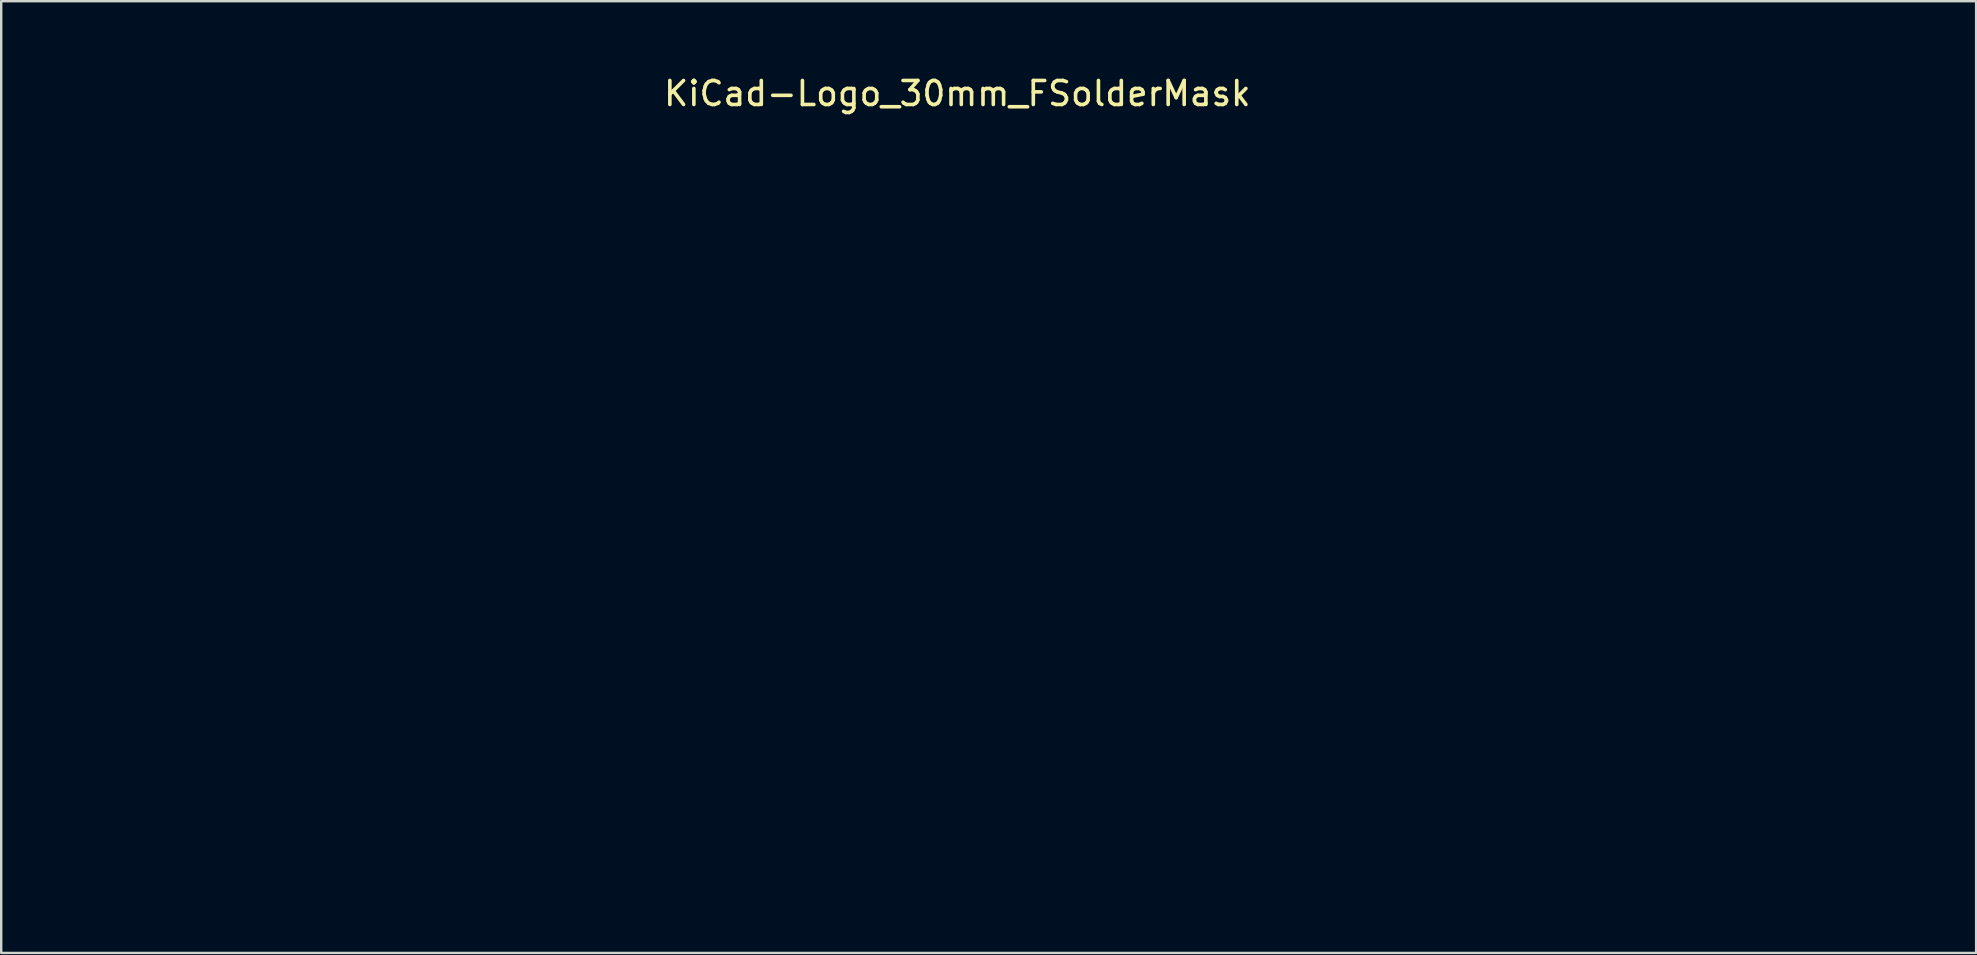
<source format=kicad_pcb>
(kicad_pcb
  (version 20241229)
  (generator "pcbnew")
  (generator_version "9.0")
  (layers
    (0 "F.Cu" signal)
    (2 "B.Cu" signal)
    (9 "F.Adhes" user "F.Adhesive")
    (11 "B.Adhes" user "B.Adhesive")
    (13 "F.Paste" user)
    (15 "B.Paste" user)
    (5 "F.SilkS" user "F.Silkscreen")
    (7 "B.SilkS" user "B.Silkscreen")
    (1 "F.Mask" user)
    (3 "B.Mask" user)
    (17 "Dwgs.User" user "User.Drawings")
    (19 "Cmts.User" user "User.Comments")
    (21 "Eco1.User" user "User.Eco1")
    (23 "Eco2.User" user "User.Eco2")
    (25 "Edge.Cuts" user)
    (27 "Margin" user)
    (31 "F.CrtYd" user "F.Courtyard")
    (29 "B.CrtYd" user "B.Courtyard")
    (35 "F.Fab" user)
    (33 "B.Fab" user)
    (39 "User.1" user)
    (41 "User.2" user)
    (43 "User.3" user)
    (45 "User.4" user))
  (footprint "KiCad-Logo_30mm_FSolderMask"
    (layer "F.Cu")
    (at 38.106 18.628)
    (property "Reference" "KiCad-Logo_30mm_FSolderMask" (at -1.27 -17.78 0) (layer "F.SilkS") (effects (font (size 1 1) (thickness 0.15))))
    (attr exclude_from_pos_files exclude_from_bom)
    (fp_poly (pts (xy -13.557 -14.738) (xy -13.044 -14.56) (xy -12.567 -14.28) (xy -12.141 -13.898) (xy -11.781 -13.415) (xy -11.619 -13.11) (xy -11.48 -12.683) (xy -11.412 -12.191) (xy -11.419 -11.684) (xy -11.503 -11.226) (xy -11.73 -10.665) (xy -12.061 -10.179) (xy -12.477 -9.777) (xy -12.961 -9.468) (xy -13.499 -9.262) (xy -14.071 -9.168) (xy -14.662 -9.197) (xy -14.953 -9.259) (xy -15.521 -9.48) (xy -16.025 -9.817) (xy -16.454 -10.26) (xy -16.795 -10.798) (xy -16.823 -10.856) (xy -16.923 -11.077) (xy -16.986 -11.263) (xy -17.02 -11.459) (xy -17.033 -11.71) (xy -17.036 -11.983) (xy -17.032 -12.311) (xy -17.015 -12.549) (xy -16.976 -12.741) (xy -16.906 -12.933) (xy -16.82 -13.122) (xy -16.498 -13.66) (xy -16.103 -14.095) (xy -15.648 -14.428) (xy -15.151 -14.659) (xy -14.626 -14.787) (xy -14.09 -14.814) (xy -13.557 -14.738)) (stroke (width 0.01) (type solid)) (fill yes) (layer "F.Mask"))
    (fp_poly (pts (xy 2.188 -9.148) (xy 2.924 -9.067) (xy 3.638 -8.923) (xy 4.357 -8.708) (xy 5.111 -8.414) (xy 5.93 -8.033) (xy 6.078 -7.959) (xy 6.416 -7.793) (xy 6.735 -7.643) (xy 7.003 -7.524) (xy 7.189 -7.45) (xy 7.218 -7.44) (xy 7.492 -7.358) (xy 6.265 -5.574) (xy 5.966 -5.138) (xy 5.691 -4.739) (xy 5.452 -4.392) (xy 5.257 -4.11) (xy 5.116 -3.905) (xy 5.038 -3.793) (xy 5.026 -3.775) (xy 4.974 -3.812) (xy 4.847 -3.924) (xy 4.668 -4.091) (xy 4.569 -4.185) (xy 4.007 -4.631) (xy 3.377 -4.97) (xy 2.834 -5.156) (xy 2.508 -5.215) (xy 2.099 -5.25) (xy 1.657 -5.262) (xy 1.228 -5.25) (xy 0.861 -5.213) (xy 0.715 -5.185) (xy 0.055 -4.958) (xy -0.539 -4.612) (xy -1.068 -4.146) (xy -1.53 -3.563) (xy -1.927 -2.861) (xy -2.256 -2.043) (xy -2.517 -1.108) (xy -2.673 -0.307) (xy -2.713 0.046) (xy -2.741 0.503) (xy -2.756 1.029) (xy -2.759 1.594) (xy -2.749 2.163) (xy -2.728 2.703) (xy -2.695 3.184) (xy -2.65 3.57) (xy -2.641 3.629) (xy -2.429 4.59) (xy -2.141 5.439) (xy -1.775 6.183) (xy -1.328 6.823) (xy -1.011 7.169) (xy -0.441 7.64) (xy 0.184 7.988) (xy 0.853 8.213) (xy 1.557 8.312) (xy 2.284 8.285) (xy 3.023 8.128) (xy 3.461 7.974) (xy 4.066 7.666) (xy 4.69 7.225) (xy 5.04 6.926) (xy 5.236 6.753) (xy 5.39 6.626) (xy 5.478 6.565) (xy 5.489 6.563) (xy 5.528 6.626) (xy 5.629 6.791) (xy 5.784 7.044) (xy 5.985 7.372) (xy 6.221 7.76) (xy 6.485 8.193) (xy 6.633 8.435) (xy 7.756 10.281) (xy 6.353 10.974) (xy 5.846 11.223) (xy 5.435 11.419) (xy 5.095 11.573) (xy 4.802 11.693) (xy 4.529 11.79) (xy 4.252 11.873) (xy 3.946 11.953) (xy 3.653 12.022) (xy 3.392 12.076) (xy 3.12 12.117) (xy 2.808 12.147) (xy 2.429 12.168) (xy 1.957 12.183) (xy 1.639 12.189) (xy 1.185 12.194) (xy 0.749 12.192) (xy 0.361 12.183) (xy 0.049 12.17) (xy -0.157 12.152) (xy -0.169 12.15) (xy -1.242 11.918) (xy -2.249 11.566) (xy -3.19 11.095) (xy -4.066 10.504) (xy -4.875 9.794) (xy -5.617 8.965) (xy -6.154 8.228) (xy -6.726 7.263) (xy -7.189 6.245) (xy -7.544 5.164) (xy -7.794 4.013) (xy -7.941 2.783) (xy -7.987 1.534) (xy -7.949 0.327) (xy -7.83 -0.788) (xy -7.625 -1.828) (xy -7.33 -2.812) (xy -6.943 -3.759) (xy -6.897 -3.857) (xy -6.387 -4.774) (xy -5.761 -5.647) (xy -5.037 -6.457) (xy -4.232 -7.187) (xy -3.364 -7.818) (xy -2.555 -8.281) (xy -1.738 -8.643) (xy -0.919 -8.906) (xy -0.066 -9.076) (xy 0.851 -9.16) (xy 1.4 -9.173) (xy 2.188 -9.148)) (stroke (width 0.01) (type solid)) (fill yes) (layer "F.Mask"))
    (fp_poly (pts (xy 34.027 -10.161) (xy 34.608 -10.159) (xy 34.806 -10.157) (xy 37.52 -10.14) (xy 37.554 0.273) (xy 37.558 1.685) (xy 37.562 2.967) (xy 37.566 4.126) (xy 37.57 5.168) (xy 37.574 6.1) (xy 37.578 6.929) (xy 37.584 7.661) (xy 37.59 8.303) (xy 37.598 8.861) (xy 37.607 9.342) (xy 37.618 9.753) (xy 37.631 10.101) (xy 37.646 10.392) (xy 37.664 10.632) (xy 37.685 10.828) (xy 37.709 10.988) (xy 37.736 11.117) (xy 37.766 11.222) (xy 37.801 11.31) (xy 37.84 11.388) (xy 37.883 11.462) (xy 37.931 11.538) (xy 37.983 11.624) (xy 37.994 11.642) (xy 38.175 11.951) (xy 35.56 11.933) (xy 32.945 11.915) (xy 32.911 11.34) (xy 32.892 11.065) (xy 32.873 10.905) (xy 32.847 10.842) (xy 32.807 10.855) (xy 32.774 10.891) (xy 32.63 11.024) (xy 32.396 11.195) (xy 32.105 11.383) (xy 31.788 11.568) (xy 31.481 11.73) (xy 31.244 11.836) (xy 30.691 12.011) (xy 30.056 12.136) (xy 29.386 12.204) (xy 28.728 12.211) (xy 28.129 12.154) (xy 28.12 12.152) (xy 27.301 11.947) (xy 26.534 11.619) (xy 25.827 11.177) (xy 25.187 10.627) (xy 24.622 9.976) (xy 24.139 9.231) (xy 23.745 8.4) (xy 23.53 7.784) (xy 23.388 7.269) (xy 23.284 6.77) (xy 23.212 6.257) (xy 23.171 5.699) (xy 23.156 5.068) (xy 23.162 4.552) (xy 28.201 4.552) (xy 28.225 5.417) (xy 28.3 6.161) (xy 28.429 6.791) (xy 28.614 7.314) (xy 28.857 7.735) (xy 29.161 8.062) (xy 29.511 8.293) (xy 29.694 8.38) (xy 29.852 8.432) (xy 30.029 8.455) (xy 30.266 8.457) (xy 30.521 8.448) (xy 31.023 8.404) (xy 31.42 8.317) (xy 31.545 8.274) (xy 31.83 8.145) (xy 32.131 7.984) (xy 32.262 7.903) (xy 32.603 7.68) (xy 32.603 0.582) (xy 32.228 0.357) (xy 31.704 0.102) (xy 31.169 -0.048) (xy 30.642 -0.096) (xy 30.143 -0.041) (xy 29.691 0.115) (xy 29.307 0.372) (xy 29.182 0.495) (xy 28.883 0.898) (xy 28.641 1.386) (xy 28.454 1.968) (xy 28.319 2.651) (xy 28.236 3.444) (xy 28.202 4.355) (xy 28.201 4.552) (xy 23.162 4.552) (xy 23.165 4.337) (xy 23.223 3.213) (xy 23.338 2.199) (xy 23.515 1.281) (xy 23.757 0.443) (xy 24.065 -0.329) (xy 24.175 -0.558) (xy 24.619 -1.304) (xy 25.155 -1.967) (xy 25.771 -2.537) (xy 26.454 -3.002) (xy 27.191 -3.352) (xy 27.634 -3.496) (xy 28.068 -3.581) (xy 28.591 -3.632) (xy 29.158 -3.649) (xy 29.725 -3.63) (xy 30.25 -3.577) (xy 30.671 -3.494) (xy 31.172 -3.331) (xy 31.658 -3.122) (xy 32.083 -2.887) (xy 32.309 -2.727) (xy 32.465 -2.609) (xy 32.575 -2.537) (xy 32.599 -2.526) (xy 32.607 -2.592) (xy 32.614 -2.782) (xy 32.621 -3.081) (xy 32.627 -3.476) (xy 32.631 -3.955) (xy 32.635 -4.504) (xy 32.637 -5.108) (xy 32.638 -5.725) (xy 32.637 -6.514) (xy 32.635 -7.179) (xy 32.631 -7.733) (xy 32.622 -8.189) (xy 32.609 -8.559) (xy 32.589 -8.857) (xy 32.562 -9.094) (xy 32.526 -9.283) (xy 32.481 -9.438) (xy 32.426 -9.571) (xy 32.358 -9.695) (xy 32.277 -9.822) (xy 32.267 -9.837) (xy 32.163 -10.002) (xy 32.1 -10.115) (xy 32.091 -10.139) (xy 32.157 -10.146) (xy 32.345 -10.152) (xy 32.641 -10.157) (xy 33.029 -10.16) (xy 33.496 -10.161) (xy 34.027 -10.161)) (stroke (width 0.01) (type solid)) (fill yes) (layer "F.Mask"))
    (fp_poly (pts (xy 15.752 -3.659) (xy 16.091 -3.633) (xy 17.059 -3.505) (xy 17.916 -3.299) (xy 18.666 -3.014) (xy 19.315 -2.647) (xy 19.865 -2.195) (xy 20.321 -1.655) (xy 20.687 -1.024) (xy 20.954 -0.341) (xy 21.022 -0.124) (xy 21.081 0.08) (xy 21.132 0.281) (xy 21.176 0.49) (xy 21.213 0.719) (xy 21.244 0.977) (xy 21.27 1.277) (xy 21.291 1.628) (xy 21.308 2.042) (xy 21.322 2.531) (xy 21.334 3.104) (xy 21.343 3.774) (xy 21.352 4.55) (xy 21.36 5.444) (xy 21.366 6.145) (xy 21.406 10.959) (xy 21.662 11.422) (xy 21.783 11.645) (xy 21.873 11.819) (xy 21.916 11.911) (xy 21.918 11.917) (xy 21.852 11.924) (xy 21.665 11.931) (xy 21.37 11.937) (xy 20.985 11.942) (xy 20.522 11.945) (xy 19.997 11.948) (xy 19.425 11.949) (xy 19.357 11.949) (xy 16.797 11.949) (xy 16.797 11.369) (xy 16.792 11.106) (xy 16.781 10.906) (xy 16.764 10.798) (xy 16.757 10.788) (xy 16.689 10.83) (xy 16.549 10.939) (xy 16.368 11.093) (xy 16.364 11.097) (xy 16.033 11.343) (xy 15.615 11.59) (xy 15.158 11.814) (xy 14.708 11.991) (xy 14.509 12.051) (xy 14.115 12.128) (xy 13.631 12.177) (xy 13.102 12.197) (xy 12.572 12.188) (xy 12.085 12.15) (xy 11.744 12.095) (xy 10.909 11.849) (xy 10.157 11.5) (xy 9.493 11.05) (xy 8.922 10.505) (xy 8.449 9.868) (xy 8.079 9.145) (xy 7.92 8.706) (xy 7.82 8.279) (xy 7.753 7.767) (xy 7.723 7.216) (xy 7.724 7.136) (xy 12.342 7.136) (xy 12.38 7.545) (xy 12.507 7.885) (xy 12.743 8.201) (xy 12.834 8.293) (xy 13.155 8.543) (xy 13.527 8.703) (xy 13.973 8.781) (xy 14.442 8.786) (xy 14.887 8.749) (xy 15.228 8.675) (xy 15.376 8.62) (xy 15.642 8.469) (xy 15.925 8.256) (xy 16.183 8.018) (xy 16.375 7.789) (xy 16.426 7.705) (xy 16.466 7.588) (xy 16.494 7.401) (xy 16.513 7.126) (xy 16.522 6.747) (xy 16.524 6.385) (xy 16.522 5.964) (xy 16.517 5.659) (xy 16.506 5.452) (xy 16.487 5.321) (xy 16.458 5.247) (xy 16.417 5.21) (xy 16.404 5.204) (xy 16.294 5.186) (xy 16.077 5.171) (xy 15.781 5.161) (xy 15.438 5.157) (xy 15.363 5.157) (xy 14.903 5.164) (xy 14.549 5.186) (xy 14.266 5.225) (xy 14.034 5.283) (xy 13.456 5.501) (xy 13.002 5.77) (xy 12.67 6.093) (xy 12.455 6.475) (xy 12.352 6.92) (xy 12.342 7.136) (xy 7.724 7.136) (xy 7.729 6.675) (xy 7.776 6.189) (xy 7.812 5.993) (xy 8.042 5.265) (xy 8.392 4.595) (xy 8.855 3.99) (xy 9.424 3.456) (xy 10.094 2.999) (xy 10.857 2.626) (xy 11.505 2.399) (xy 11.939 2.28) (xy 12.353 2.188) (xy 12.776 2.119) (xy 13.233 2.071) (xy 13.752 2.04) (xy 14.36 2.023) (xy 14.91 2.019) (xy 16.539 2.014) (xy 16.508 1.524) (xy 16.419 0.993) (xy 16.231 0.536) (xy 15.95 0.166) (xy 15.586 -0.108) (xy 15.265 -0.241) (xy 14.806 -0.325) (xy 14.258 -0.337) (xy 13.65 -0.282) (xy 13.004 -0.163) (xy 12.348 0.014) (xy 11.708 0.245) (xy 11.242 0.457) (xy 11.018 0.566) (xy 10.847 0.641) (xy 10.76 0.671) (xy 10.756 0.67) (xy 10.726 0.604) (xy 10.651 0.428) (xy 10.538 0.16) (xy 10.394 -0.185) (xy 10.227 -0.588) (xy 10.057 -0.999) (xy 9.377 -2.647) (xy 9.861 -2.726) (xy 10.07 -2.766) (xy 10.385 -2.833) (xy 10.779 -2.921) (xy 11.224 -3.024) (xy 11.694 -3.135) (xy 11.881 -3.181) (xy 12.69 -3.368) (xy 13.398 -3.509) (xy 14.032 -3.606) (xy 14.618 -3.661) (xy 15.183 -3.678) (xy 15.752 -3.659)) (stroke (width 0.01) (type solid)) (fill yes) (layer "F.Mask"))
    (fp_poly (pts (xy -29.619 -12.564) (xy -28.303 -12.563) (xy -27.691 -12.563) (xy -17.889 -12.563) (xy -17.889 -11.986) (xy -17.828 -11.283) (xy -17.641 -10.634) (xy -17.329 -10.036) (xy -16.889 -9.486) (xy -16.74 -9.337) (xy -16.205 -8.915) (xy -15.614 -8.607) (xy -14.986 -8.414) (xy -14.338 -8.334) (xy -13.688 -8.368) (xy -13.053 -8.516) (xy -12.451 -8.777) (xy -11.899 -9.152) (xy -11.651 -9.377) (xy -11.189 -9.932) (xy -10.851 -10.541) (xy -10.638 -11.198) (xy -10.555 -11.897) (xy -10.554 -11.966) (xy -10.549 -12.563) (xy -10.287 -12.563) (xy -10.054 -12.532) (xy -9.841 -12.455) (xy -9.827 -12.447) (xy -9.779 -12.422) (xy -9.735 -12.403) (xy -9.694 -12.383) (xy -9.658 -12.358) (xy -9.624 -12.321) (xy -9.594 -12.267) (xy -9.567 -12.19) (xy -9.543 -12.085) (xy -9.522 -11.946) (xy -9.504 -11.767) (xy -9.488 -11.543) (xy -9.474 -11.267) (xy -9.463 -10.935) (xy -9.453 -10.541) (xy -9.446 -10.078) (xy -9.44 -9.542) (xy -9.435 -8.927) (xy -9.432 -8.226) (xy -9.431 -7.435) (xy -9.43 -6.548) (xy -9.43 -5.558) (xy -9.431 -4.461) (xy -9.432 -3.251) (xy -9.434 -1.922) (xy -9.436 -0.468) (xy -9.439 1.116) (xy -9.439 1.309) (xy -9.441 2.903) (xy -9.443 4.366) (xy -9.444 5.704) (xy -9.446 6.923) (xy -9.448 8.027) (xy -9.45 9.023) (xy -9.453 9.917) (xy -9.457 10.714) (xy -9.461 11.419) (xy -9.467 12.038) (xy -9.474 12.578) (xy -9.483 13.043) (xy -9.493 13.44) (xy -9.505 13.773) (xy -9.52 14.049) (xy -9.536 14.273) (xy -9.555 14.451) (xy -9.577 14.589) (xy -9.601 14.692) (xy -9.628 14.766) (xy -9.659 14.816) (xy -9.692 14.849) (xy -9.73 14.869) (xy -9.771 14.883) (xy -9.815 14.896) (xy -9.864 14.914) (xy -9.876 14.919) (xy -9.914 14.931) (xy -9.976 14.942) (xy -10.07 14.953) (xy -10.2 14.962) (xy -10.371 14.97) (xy -10.59 14.978) (xy -10.861 14.985) (xy -11.19 14.991) (xy -11.584 14.996) (xy -12.046 15.001) (xy -12.582 15.005) (xy -13.199 15.009) (xy -13.902 15.012) (xy -14.695 15.014) (xy -15.585 15.016) (xy -16.577 15.017) (xy -17.676 15.019) (xy -18.889 15.019) (xy -20.22 15.02) (xy -21.674 15.02) (xy -23.258 15.02) (xy -23.772 15.02) (xy -25.391 15.02) (xy -26.879 15.019) (xy -28.242 15.019) (xy -29.485 15.018) (xy -30.613 15.017) (xy -31.633 15.015) (xy -32.549 15.013) (xy -33.368 15.011) (xy -34.094 15.008) (xy -34.734 15.005) (xy -35.293 15.001) (xy -35.776 14.996) (xy -36.189 14.991) (xy -36.538 14.986) (xy -36.828 14.979) (xy -37.064 14.972) (xy -37.253 14.964) (xy -37.399 14.955) (xy -37.508 14.945) (xy -37.587 14.934) (xy -37.64 14.922) (xy -37.668 14.911) (xy -37.72 14.89) (xy -37.766 14.874) (xy -37.809 14.858) (xy -37.849 14.836) (xy -37.884 14.804) (xy -37.916 14.754) (xy -37.945 14.682) (xy -37.97 14.581) (xy -37.993 14.447) (xy -38.013 14.273) (xy -38.03 14.054) (xy -38.045 13.784) (xy -38.058 13.458) (xy -38.068 13.069) (xy -38.077 12.613) (xy -38.084 12.084) (xy -38.086 11.881) (xy -36.263 11.881) (xy -29.822 11.881) (xy -29.946 11.693) (xy -30.07 11.5) (xy -30.174 11.316) (xy -30.261 11.129) (xy -30.332 10.925) (xy -30.389 10.692) (xy -30.433 10.416) (xy -30.465 10.086) (xy -30.487 9.687) (xy -30.501 9.208) (xy -30.508 8.635) (xy -30.509 7.955) (xy -30.506 7.156) (xy -30.505 6.86) (xy -30.487 3.68) (xy -28.473 6.423) (xy -27.902 7.2) (xy -27.408 7.878) (xy -26.984 8.464) (xy -26.626 8.967) (xy -26.329 9.397) (xy -26.086 9.762) (xy -25.893 10.071) (xy -25.744 10.334) (xy -25.633 10.559) (xy -25.557 10.755) (xy -25.508 10.931) (xy -25.483 11.097) (xy -25.475 11.261) (xy -25.479 11.432) (xy -25.48 11.453) (xy -25.502 11.881) (xy -21.973 11.881) (xy -18.444 11.881) (xy -18.969 11.351) (xy -19.111 11.206) (xy -19.246 11.066) (xy -19.38 10.921) (xy -19.519 10.764) (xy -19.667 10.589) (xy -19.833 10.386) (xy -20.02 10.148) (xy -20.236 9.867) (xy -20.486 9.536) (xy -20.776 9.147) (xy -21.112 8.691) (xy -21.501 8.162) (xy -21.947 7.551) (xy -22.457 6.851) (xy -23.037 6.054) (xy -23.512 5.4) (xy -24.108 4.578) (xy -24.629 3.86) (xy -25.078 3.238) (xy -25.46 2.706) (xy -25.78 2.256) (xy -26.043 1.882) (xy -26.253 1.578) (xy -26.416 1.336) (xy -26.535 1.149) (xy -26.616 1.011) (xy -26.663 0.915) (xy -26.682 0.854) (xy -26.676 0.822) (xy -26.61 0.736) (xy -26.466 0.555) (xy -26.254 0.29) (xy -25.982 -0.05) (xy -25.66 -0.453) (xy -25.294 -0.908) (xy -24.895 -1.405) (xy -24.47 -1.933) (xy -24.029 -2.482) (xy -23.58 -3.039) (xy -23.334 -3.346) (xy -17.204 -3.346) (xy -16.949 -2.885) (xy -16.694 -2.424) (xy -16.694 10.959) (xy -16.949 11.42) (xy -17.204 11.881) (xy -14.19 11.881) (xy -13.471 11.88) (xy -12.877 11.879) (xy -12.396 11.877) (xy -12.018 11.873) (xy -11.731 11.868) (xy -11.524 11.859) (xy -11.385 11.847) (xy -11.304 11.832) (xy -11.267 11.812) (xy -11.265 11.788) (xy -11.286 11.76) (xy -11.286 11.759) (xy -11.373 11.635) (xy -11.487 11.432) (xy -11.587 11.23) (xy -11.778 10.822) (xy -11.798 3.738) (xy -11.817 -3.346) (xy -17.204 -3.346) (xy -23.334 -3.346) (xy -23.132 -3.595) (xy -22.694 -4.14) (xy -22.273 -4.661) (xy -21.88 -5.149) (xy -21.521 -5.592) (xy -21.207 -5.98) (xy -20.946 -6.302) (xy -20.746 -6.548) (xy -20.628 -6.691) (xy -20.172 -7.227) (xy -19.734 -7.71) (xy -19.328 -8.126) (xy -18.97 -8.457) (xy -18.715 -8.66) (xy -18.415 -8.876) (xy -25.325 -8.876) (xy -25.323 -8.471) (xy -25.342 -8.173) (xy -25.415 -7.896) (xy -25.527 -7.634) (xy -25.6 -7.486) (xy -25.679 -7.34) (xy -25.77 -7.185) (xy -25.881 -7.012) (xy -26.019 -6.811) (xy -26.191 -6.572) (xy -26.405 -6.286) (xy -26.667 -5.943) (xy -26.985 -5.533) (xy -27.366 -5.047) (xy -27.817 -4.475) (xy -28.345 -3.806) (xy -28.404 -3.731) (xy -30.487 -1.097) (xy -30.507 -4.014) (xy -30.511 -4.887) (xy -30.51 -5.627) (xy -30.504 -6.235) (xy -30.494 -6.714) (xy -30.478 -7.066) (xy -30.457 -7.294) (xy -30.45 -7.337) (xy -30.339 -7.792) (xy -30.194 -8.203) (xy -30.029 -8.533) (xy -29.929 -8.673) (xy -29.758 -8.876) (xy -33.011 -8.876) (xy -33.787 -8.876) (xy -34.436 -8.874) (xy -34.968 -8.87) (xy -35.391 -8.864) (xy -35.715 -8.856) (xy -35.95 -8.845) (xy -36.106 -8.831) (xy -36.191 -8.815) (xy -36.215 -8.795) (xy -36.213 -8.791) (xy -36.144 -8.687) (xy -36.029 -8.522) (xy -35.969 -8.438) (xy -35.908 -8.355) (xy -35.852 -8.281) (xy -35.803 -8.208) (xy -35.759 -8.129) (xy -35.72 -8.037) (xy -35.686 -7.924) (xy -35.657 -7.784) (xy -35.632 -7.608) (xy -35.61 -7.39) (xy -35.592 -7.122) (xy -35.577 -6.797) (xy -35.565 -6.408) (xy -35.555 -5.947) (xy -35.547 -5.406) (xy -35.541 -4.779) (xy -35.536 -4.058) (xy -35.533 -3.236) (xy -35.53 -2.306) (xy -35.527 -1.26) (xy -35.524 -0.091) (xy -35.521 0.983) (xy -35.519 2.181) (xy -35.517 3.323) (xy -35.517 4.404) (xy -35.518 5.414) (xy -35.52 6.348) (xy -35.524 7.198) (xy -35.528 7.956) (xy -35.533 8.615) (xy -35.539 9.169) (xy -35.546 9.609) (xy -35.554 9.928) (xy -35.563 10.12) (xy -35.564 10.14) (xy -35.625 10.604) (xy -35.719 10.977) (xy -35.863 11.302) (xy -36.071 11.624) (xy -36.097 11.659) (xy -36.263 11.881) (xy -38.086 11.881) (xy -38.089 11.475) (xy -38.094 10.782) (xy -38.097 9.999) (xy -38.099 9.119) (xy -38.1 8.138) (xy -38.1 7.05) (xy -38.101 5.848) (xy -38.1 4.529) (xy -38.1 3.085) (xy -38.1 1.511) (xy -38.1 1.198) (xy -38.1 -0.392) (xy -38.1 -1.852) (xy -38.099 -3.186) (xy -38.098 -4.4) (xy -38.097 -5.5) (xy -38.095 -6.492) (xy -38.094 -7.381) (xy -38.091 -8.172) (xy -38.088 -8.872) (xy -38.085 -9.486) (xy -38.08 -10.019) (xy -38.076 -10.477) (xy -38.07 -10.866) (xy -38.064 -11.191) (xy -38.057 -11.458) (xy -38.049 -11.673) (xy -38.041 -11.841) (xy -38.031 -11.967) (xy -38.021 -12.058) (xy -38.009 -12.119) (xy -37.997 -12.155) (xy -37.996 -12.156) (xy -37.971 -12.211) (xy -37.949 -12.262) (xy -37.926 -12.307) (xy -37.893 -12.347) (xy -37.845 -12.383) (xy -37.775 -12.415) (xy -37.677 -12.443) (xy -37.543 -12.467) (xy -37.368 -12.488) (xy -37.144 -12.505) (xy -36.866 -12.52) (xy -36.526 -12.532) (xy -36.118 -12.541) (xy -35.635 -12.549) (xy -35.072 -12.555) (xy -34.421 -12.559) (xy -33.675 -12.561) (xy -32.829 -12.563) (xy -31.875 -12.564) (xy -30.807 -12.564) (xy -29.619 -12.564)) (stroke (width 0.01) (type solid)) (fill yes) (layer "F.Mask")))
  (gr_rect
    (start -3 -3)
    (end 79.286 36.653)
    (stroke (width 0.1) (type default))
    (fill no)
    (layer "Edge.Cuts")))
</source>
